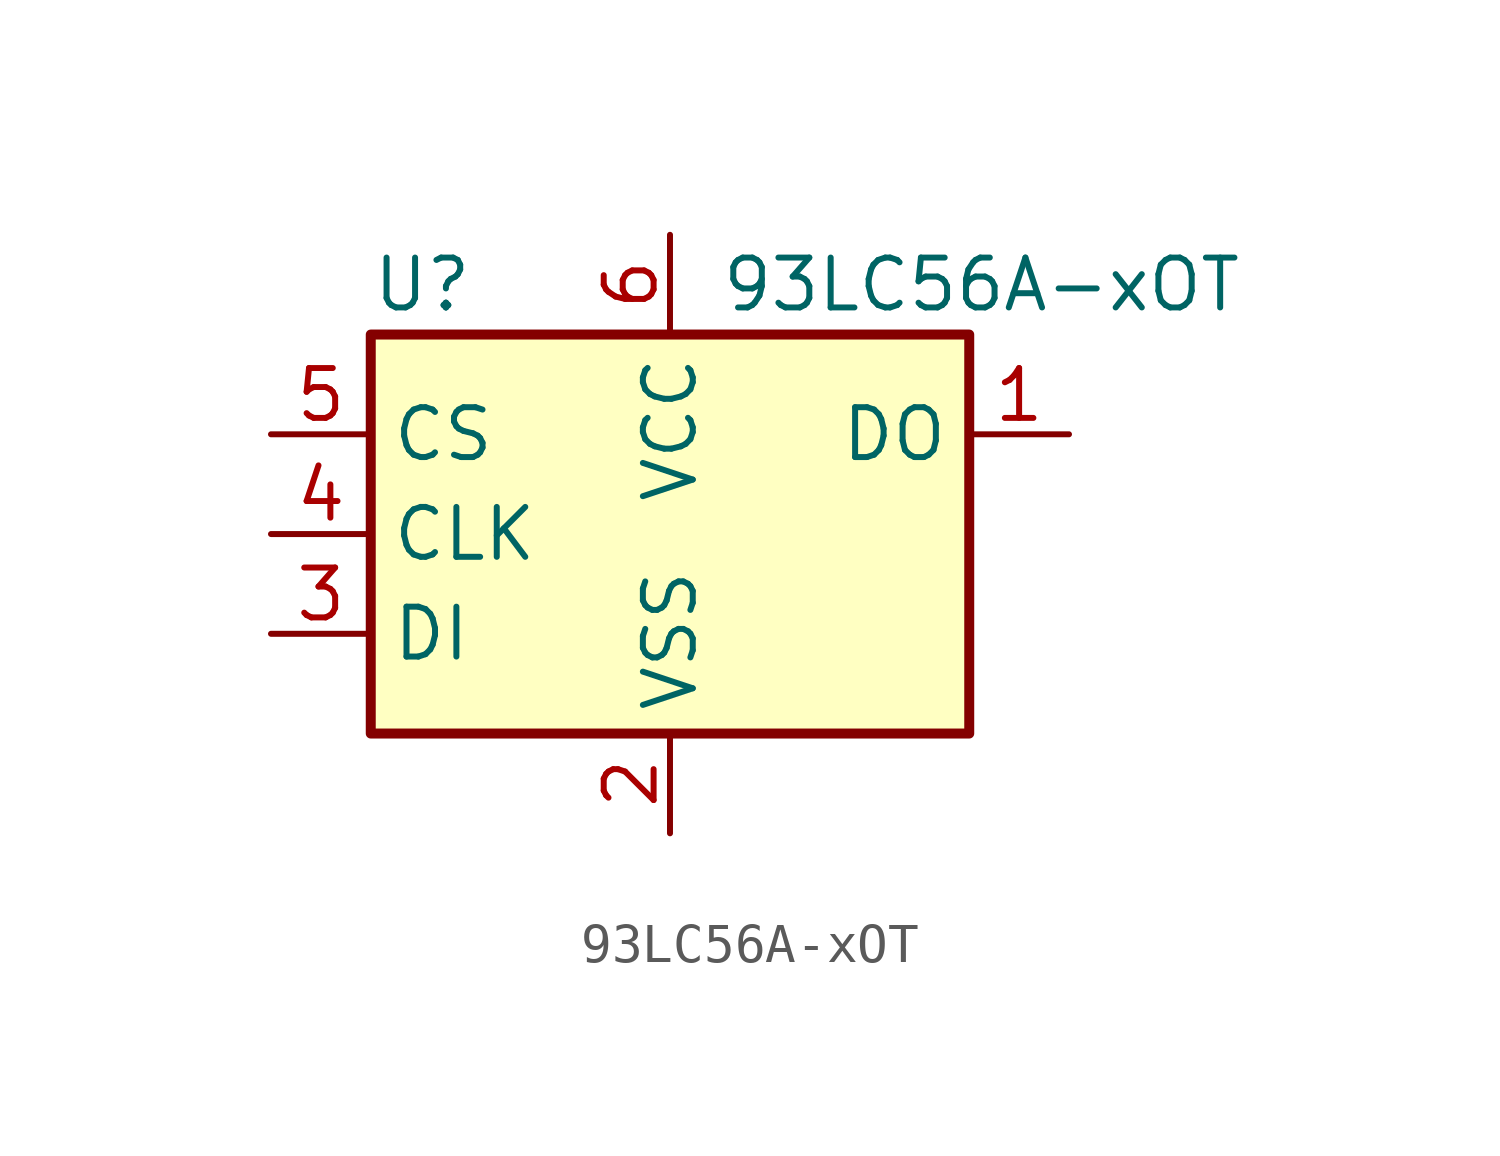
<source format=kicad_sym>
(kicad_symbol_lib
  (version 20231120)
  (generator "kicad_symbol_editor")
  (generator_version "8.0")
  (symbol "93LC56A-xOT"
    (property "Reference" "U"
      (at -7.62 6.35 0)
      (effects (font (size 1.27 1.27)) (justify left)))
    (property "Value" "93LC56A-xOT"
      (at 1.27 6.35 0)
      (effects (font (size 1.27 1.27)) (justify left)))
    (symbol "93LC56A-xOT_1_1"
      (rectangle (start -7.62 5.08) (end 7.62 -5.08) (stroke (width 0.254) (type default)) (fill (type background)))
      (pin tri_state line (at 10.16 2.54 180) (length 2.54) (name "DO" (effects (font (size 1.27 1.27)))) (number "1" (effects (font (size 1.27 1.27)))))
      (pin power_in line (at 0 -7.62 90) (length 2.54) (name "VSS" (effects (font (size 1.27 1.27)))) (number "2" (effects (font (size 1.27 1.27)))))
      (pin input line (at -10.16 -2.54 0) (length 2.54) (name "DI" (effects (font (size 1.27 1.27)))) (number "3" (effects (font (size 1.27 1.27)))))
      (pin input line (at -10.16 0 0) (length 2.54) (name "CLK" (effects (font (size 1.27 1.27)))) (number "4" (effects (font (size 1.27 1.27)))))
      (pin input line (at -10.16 2.54 0) (length 2.54) (name "CS" (effects (font (size 1.27 1.27)))) (number "5" (effects (font (size 1.27 1.27)))))
      (pin power_in line (at 0 7.62 270) (length 2.54) (name "VCC" (effects (font (size 1.27 1.27)))) (number "6" (effects (font (size 1.27 1.27))))))))
</source>
